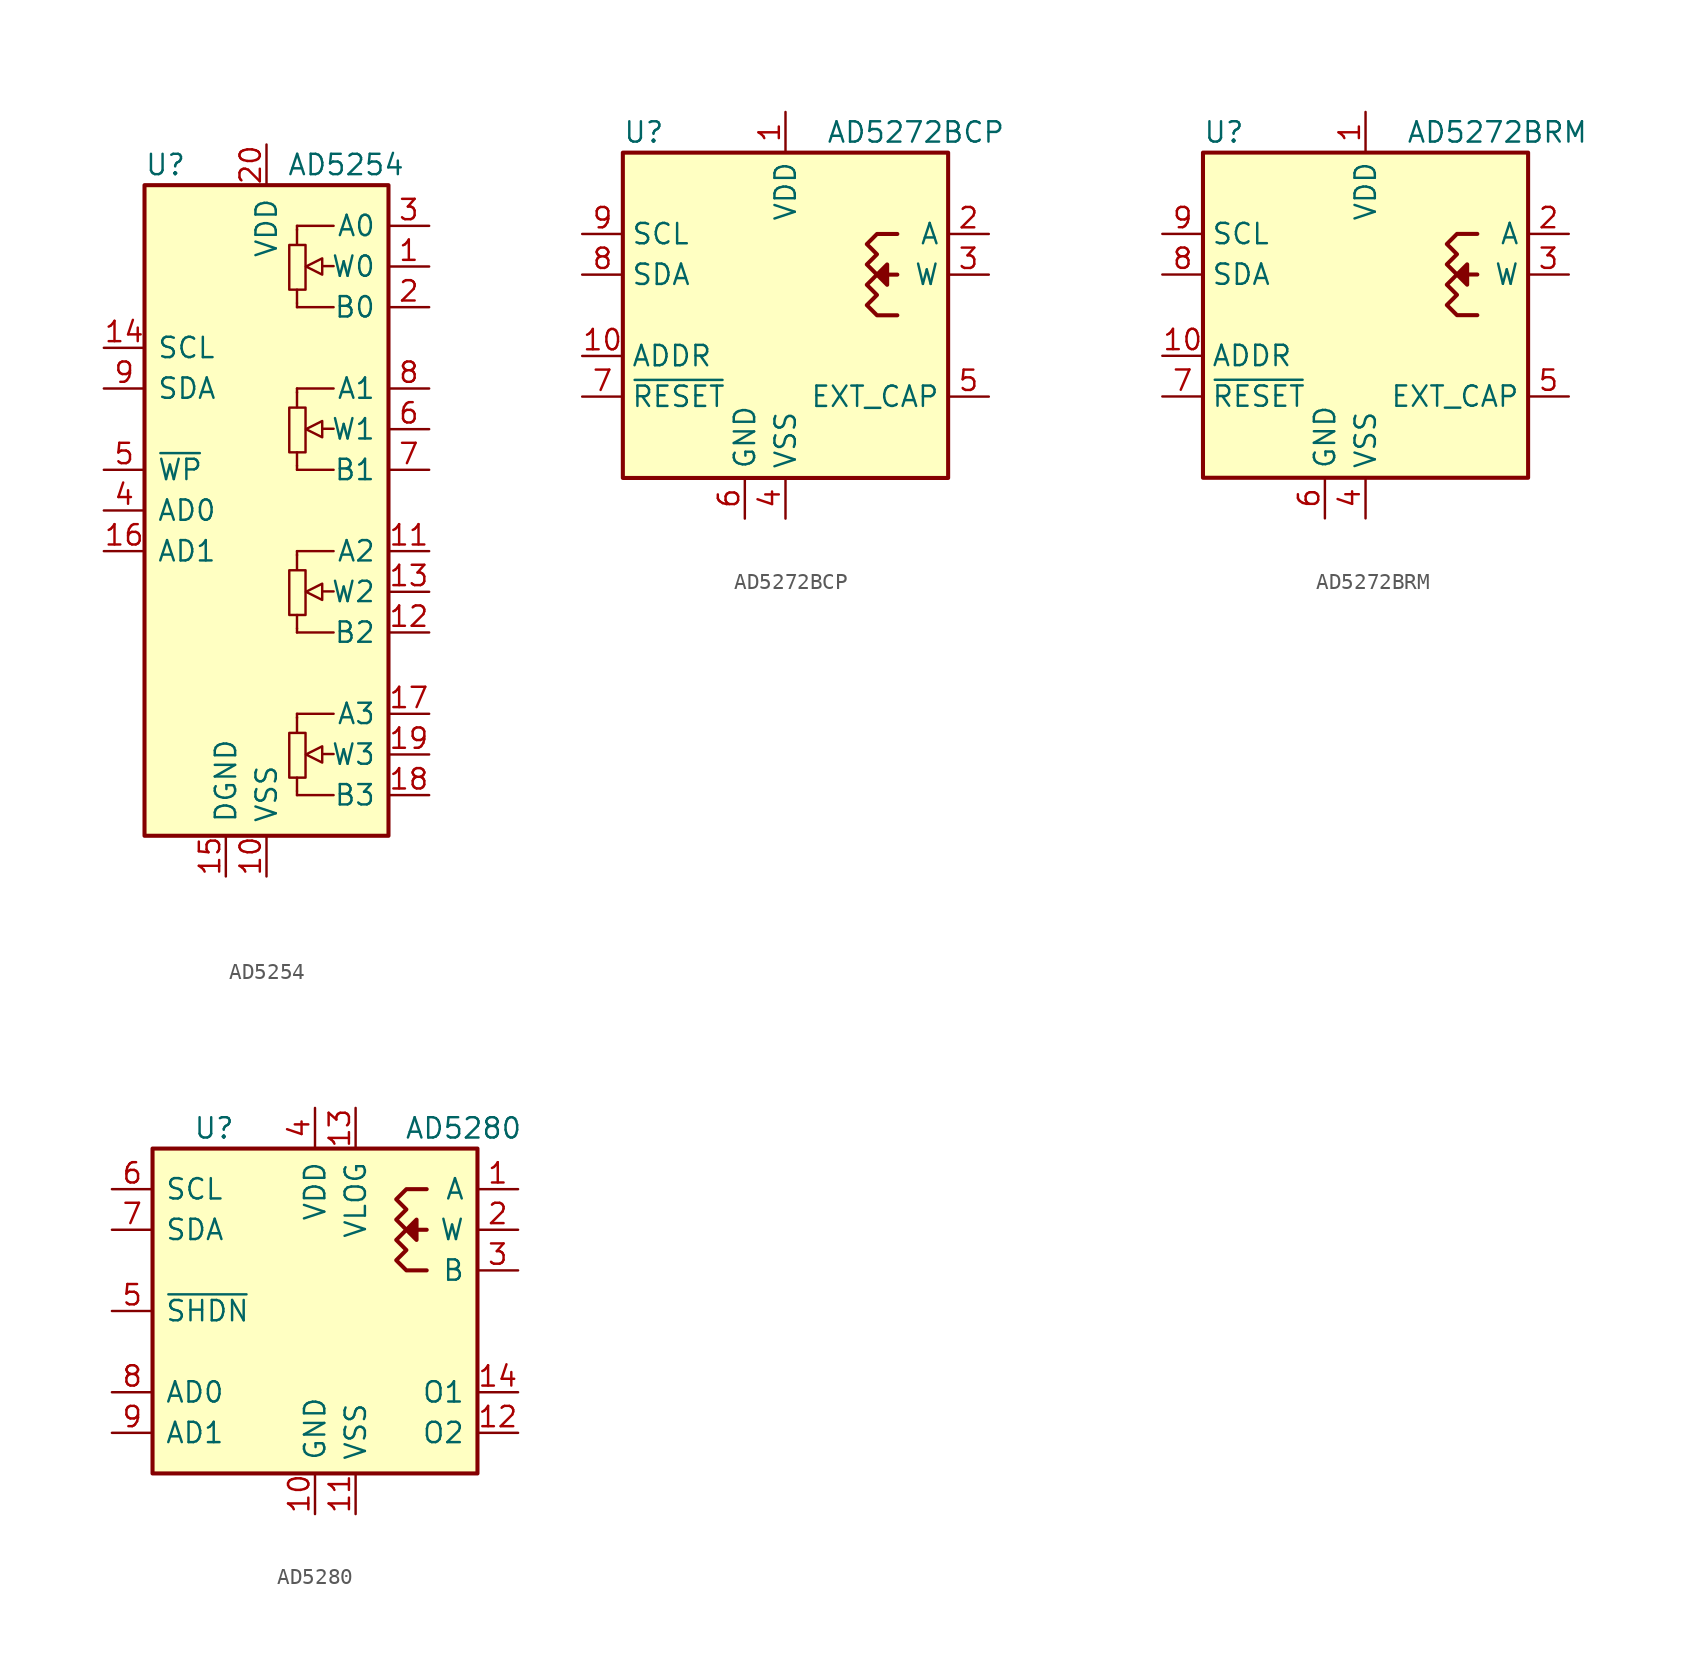
<source format=kicad_sym>
(kicad_symbol_lib
  (version 20241209)
  (generator "kicad_symbol_editor")
  (generator_version "9.0")
  (symbol "AD5254"
    (pin_names
      (offset 0.762))
    (property "Reference" "U"
      (at -7.62 21.59 0)
      (effects (font (size 1.27 1.27)) (justify left)))
    (property "Value" "AD5254"
      (at 1.27 21.59 0)
      (effects (font (size 1.27 1.27)) (justify left)))
    (symbol "AD5254_0_1"
      (rectangle (start -7.62 20.32) (end 7.62 -20.32) (stroke (width 0.254) (type default)) (fill (type background))))
    (symbol "AD5254_1_1"
      (rectangle (start 1.422 16.586) (end 2.438 13.792) (stroke (width 0) (type default)) (fill (type none)))
      (rectangle (start 1.422 6.426) (end 2.438 3.632) (stroke (width 0) (type default)) (fill (type none)))
      (rectangle (start 1.422 -3.734) (end 2.438 -6.528) (stroke (width 0) (type default)) (fill (type none)))
      (rectangle (start 1.422 -13.894) (end 2.438 -16.688) (stroke (width 0) (type default)) (fill (type none)))
      (polyline (pts (xy 1.905 17.78) (xy 1.905 17.526) (xy 1.905 17.526)) (stroke (width 0) (type default)) (fill (type none)))
      (polyline (pts (xy 1.905 17.78) (xy 4.191 17.78) (xy 4.191 17.78)) (stroke (width 0) (type default)) (fill (type background)))
      (polyline (pts (xy 1.905 17.551) (xy 1.905 16.612)) (stroke (width 0) (type default)) (fill (type none)))
      (polyline (pts (xy 1.905 12.954) (xy 1.905 13.792)) (stroke (width 0) (type default)) (fill (type none)))
      (polyline (pts (xy 1.905 12.7) (xy 1.905 12.954) (xy 1.905 12.954)) (stroke (width 0) (type default)) (fill (type background)))
      (polyline (pts (xy 1.905 12.7) (xy 4.191 12.7) (xy 4.191 12.7)) (stroke (width 0) (type default)) (fill (type background)))
      (polyline (pts (xy 1.905 7.62) (xy 1.905 7.366) (xy 1.905 7.366)) (stroke (width 0) (type default)) (fill (type none)))
      (polyline (pts (xy 1.905 7.62) (xy 4.191 7.62) (xy 4.191 7.62)) (stroke (width 0) (type default)) (fill (type background)))
      (polyline (pts (xy 1.905 7.391) (xy 1.905 6.452)) (stroke (width 0) (type default)) (fill (type none)))
      (polyline (pts (xy 1.905 2.794) (xy 1.905 3.632)) (stroke (width 0) (type default)) (fill (type none)))
      (polyline (pts (xy 1.905 2.54) (xy 1.905 2.794) (xy 1.905 2.794)) (stroke (width 0) (type default)) (fill (type background)))
      (polyline (pts (xy 1.905 2.54) (xy 4.191 2.54) (xy 4.191 2.54)) (stroke (width 0) (type default)) (fill (type background)))
      (polyline (pts (xy 1.905 -2.54) (xy 1.905 -2.794) (xy 1.905 -2.794)) (stroke (width 0) (type default)) (fill (type none)))
      (polyline (pts (xy 1.905 -2.54) (xy 4.191 -2.54) (xy 4.191 -2.54)) (stroke (width 0) (type default)) (fill (type background)))
      (polyline (pts (xy 1.905 -2.769) (xy 1.905 -3.708)) (stroke (width 0) (type default)) (fill (type none)))
      (polyline (pts (xy 1.905 -7.366) (xy 1.905 -6.528)) (stroke (width 0) (type default)) (fill (type none)))
      (polyline (pts (xy 1.905 -7.62) (xy 1.905 -7.366) (xy 1.905 -7.366)) (stroke (width 0) (type default)) (fill (type background)))
      (polyline (pts (xy 1.905 -7.62) (xy 4.191 -7.62) (xy 4.191 -7.62)) (stroke (width 0) (type default)) (fill (type background)))
      (polyline (pts (xy 1.905 -12.7) (xy 1.905 -12.954) (xy 1.905 -12.954)) (stroke (width 0) (type default)) (fill (type none)))
      (polyline (pts (xy 1.905 -12.7) (xy 4.191 -12.7) (xy 4.191 -12.7)) (stroke (width 0) (type default)) (fill (type background)))
      (polyline (pts (xy 1.905 -12.929) (xy 1.905 -13.868)) (stroke (width 0) (type default)) (fill (type none)))
      (polyline (pts (xy 1.905 -17.526) (xy 1.905 -16.688)) (stroke (width 0) (type default)) (fill (type none)))
      (polyline (pts (xy 1.905 -17.78) (xy 1.905 -17.526) (xy 1.905 -17.526)) (stroke (width 0) (type default)) (fill (type background)))
      (polyline (pts (xy 1.905 -17.78) (xy 4.191 -17.78) (xy 4.191 -17.78)) (stroke (width 0) (type default)) (fill (type background)))
      (polyline (pts (xy 3.48 15.748) (xy 3.48 14.732) (xy 2.464 15.24) (xy 3.48 15.748) (xy 3.48 15.748)) (stroke (width 0) (type default)) (fill (type background)))
      (polyline (pts (xy 3.48 15.265) (xy 4.191 15.265)) (stroke (width 0) (type default)) (fill (type none)))
      (polyline (pts (xy 3.48 5.588) (xy 3.48 4.572) (xy 2.464 5.08) (xy 3.48 5.588) (xy 3.48 5.588)) (stroke (width 0) (type default)) (fill (type background)))
      (polyline (pts (xy 3.48 5.105) (xy 4.191 5.105)) (stroke (width 0) (type default)) (fill (type none)))
      (polyline (pts (xy 3.48 -4.572) (xy 3.48 -5.588) (xy 2.464 -5.08) (xy 3.48 -4.572) (xy 3.48 -4.572)) (stroke (width 0) (type default)) (fill (type background)))
      (polyline (pts (xy 3.48 -5.055) (xy 4.191 -5.055)) (stroke (width 0) (type default)) (fill (type none)))
      (polyline (pts (xy 3.48 -14.732) (xy 3.48 -15.748) (xy 2.464 -15.24) (xy 3.48 -14.732) (xy 3.48 -14.732)) (stroke (width 0) (type default)) (fill (type background)))
      (polyline (pts (xy 3.48 -15.215) (xy 4.191 -15.215)) (stroke (width 0) (type default)) (fill (type none)))
      (pin input line (at -10.16 10.16 0) (length 2.54) (name "SCL" (effects (font (size 1.27 1.27)))) (number "14" (effects (font (size 1.27 1.27)))))
      (pin bidirectional line (at -10.16 7.62 0) (length 2.54) (name "SDA" (effects (font (size 1.27 1.27)))) (number "9" (effects (font (size 1.27 1.27)))))
      (pin input line (at -10.16 2.54 0) (length 2.54) (name "~{WP}" (effects (font (size 1.27 1.27)))) (number "5" (effects (font (size 1.27 1.27)))))
      (pin input line (at -10.16 0 0) (length 2.54) (name "AD0" (effects (font (size 1.27 1.27)))) (number "4" (effects (font (size 1.27 1.27)))))
      (pin input line (at -10.16 -2.54 0) (length 2.54) (name "AD1" (effects (font (size 1.27 1.27)))) (number "16" (effects (font (size 1.27 1.27)))))
      (pin power_in line (at -2.54 -22.86 90) (length 2.54) (name "DGND" (effects (font (size 1.27 1.27)))) (number "15" (effects (font (size 1.27 1.27)))))
      (pin power_in line (at 0 22.86 270) (length 2.54) (name "VDD" (effects (font (size 1.27 1.27)))) (number "20" (effects (font (size 1.27 1.27)))))
      (pin power_in line (at 0 -22.86 90) (length 2.54) (name "VSS" (effects (font (size 1.27 1.27)))) (number "10" (effects (font (size 1.27 1.27)))))
      (pin passive line (at 10.16 17.78 180) (length 2.54) (name "A0" (effects (font (size 1.27 1.27)))) (number "3" (effects (font (size 1.27 1.27)))))
      (pin passive line (at 10.16 15.24 180) (length 2.54) (name "W0" (effects (font (size 1.27 1.27)))) (number "1" (effects (font (size 1.27 1.27)))))
      (pin passive line (at 10.16 12.7 180) (length 2.54) (name "B0" (effects (font (size 1.27 1.27)))) (number "2" (effects (font (size 1.27 1.27)))))
      (pin passive line (at 10.16 7.62 180) (length 2.54) (name "A1" (effects (font (size 1.27 1.27)))) (number "8" (effects (font (size 1.27 1.27)))))
      (pin passive line (at 10.16 5.08 180) (length 2.54) (name "W1" (effects (font (size 1.27 1.27)))) (number "6" (effects (font (size 1.27 1.27)))))
      (pin passive line (at 10.16 2.54 180) (length 2.54) (name "B1" (effects (font (size 1.27 1.27)))) (number "7" (effects (font (size 1.27 1.27)))))
      (pin passive line (at 10.16 -2.54 180) (length 2.54) (name "A2" (effects (font (size 1.27 1.27)))) (number "11" (effects (font (size 1.27 1.27)))))
      (pin passive line (at 10.16 -5.08 180) (length 2.54) (name "W2" (effects (font (size 1.27 1.27)))) (number "13" (effects (font (size 1.27 1.27)))))
      (pin passive line (at 10.16 -7.62 180) (length 2.54) (name "B2" (effects (font (size 1.27 1.27)))) (number "12" (effects (font (size 1.27 1.27)))))
      (pin passive line (at 10.16 -12.7 180) (length 2.54) (name "A3" (effects (font (size 1.27 1.27)))) (number "17" (effects (font (size 1.27 1.27)))))
      (pin passive line (at 10.16 -15.24 180) (length 2.54) (name "W3" (effects (font (size 1.27 1.27)))) (number "19" (effects (font (size 1.27 1.27)))))
      (pin passive line (at 10.16 -17.78 180) (length 2.54) (name "B3" (effects (font (size 1.27 1.27)))) (number "18" (effects (font (size 1.27 1.27)))))))
  (symbol "AD5272BCP"
    (property "Reference" "U"
      (at -10.16 11.43 0)
      (effects (font (size 1.27 1.27)) (justify left)))
    (property "Value" "AD5272BCP"
      (at 2.54 11.43 0)
      (effects (font (size 1.27 1.27)) (justify left)))
    (symbol "AD5272BCP_0_1"
      (rectangle (start -10.16 10.16) (end 10.16 -10.16) (stroke (width 0.254) (type default)) (fill (type background)))
      (polyline (pts (xy 6.985 5.08) (xy 5.715 5.08) (xy 5.08 4.445) (xy 5.715 3.81) (xy 5.08 3.175) (xy 5.715 2.54) (xy 5.08 1.905) (xy 5.715 1.27) (xy 5.08 0.635) (xy 5.715 0) (xy 6.985 0)) (stroke (width 0.254) (type default)) (fill (type none)))
      (polyline (pts (xy 6.985 2.54) (xy 6.35 2.54) (xy 5.715 2.54) (xy 6.35 3.175) (xy 6.35 1.905) (xy 5.715 2.54)) (stroke (width 0.254) (type default)) (fill (type outline))))
    (symbol "AD5272BCP_1_1"
      (pin input line (at -12.7 5.08 0) (length 2.54) (name "SCL" (effects (font (size 1.27 1.27)))) (number "9" (effects (font (size 1.27 1.27)))))
      (pin bidirectional line (at -12.7 2.54 0) (length 2.54) (name "SDA" (effects (font (size 1.27 1.27)))) (number "8" (effects (font (size 1.27 1.27)))))
      (pin passive line (at -12.7 -2.54 0) (length 2.54) (name "ADDR" (effects (font (size 1.27 1.27)))) (number "10" (effects (font (size 1.27 1.27)))))
      (pin input line (at -12.7 -5.08 0) (length 2.54) (name "~{RESET}" (effects (font (size 1.27 1.27)))) (number "7" (effects (font (size 1.27 1.27)))))
      (pin power_in line (at -2.54 -12.7 90) (length 2.54) (name "GND" (effects (font (size 1.27 1.27)))) (number "6" (effects (font (size 1.27 1.27)))))
      (pin power_in line (at 0 12.7 270) (length 2.54) (name "VDD" (effects (font (size 1.27 1.27)))) (number "1" (effects (font (size 1.27 1.27)))))
      (pin passive line (at 0 -12.7 90) (length 2.54) (hide yes) (name "VSS" (effects (font (size 1.27 1.27)))) (number "11" (effects (font (size 1.27 1.27)))))
      (pin power_in line (at 0 -12.7 90) (length 2.54) (name "VSS" (effects (font (size 1.27 1.27)))) (number "4" (effects (font (size 1.27 1.27)))))
      (pin passive line (at 12.7 5.08 180) (length 2.54) (name "A" (effects (font (size 1.27 1.27)))) (number "2" (effects (font (size 1.27 1.27)))))
      (pin passive line (at 12.7 2.54 180) (length 2.54) (name "W" (effects (font (size 1.27 1.27)))) (number "3" (effects (font (size 1.27 1.27)))))
      (pin passive line (at 12.7 -5.08 180) (length 2.54) (name "EXT_CAP" (effects (font (size 1.27 1.27)))) (number "5" (effects (font (size 1.27 1.27)))))))
  (symbol "AD5272BRM"
    (property "Reference" "U"
      (at -10.16 11.43 0)
      (effects (font (size 1.27 1.27)) (justify left)))
    (property "Value" "AD5272BRM"
      (at 2.54 11.43 0)
      (effects (font (size 1.27 1.27)) (justify left)))
    (symbol "AD5272BRM_0_1"
      (rectangle (start -10.16 10.16) (end 10.16 -10.16) (stroke (width 0.254) (type default)) (fill (type background)))
      (polyline (pts (xy 6.985 5.08) (xy 5.715 5.08) (xy 5.08 4.445) (xy 5.715 3.81) (xy 5.08 3.175) (xy 5.715 2.54) (xy 5.08 1.905) (xy 5.715 1.27) (xy 5.08 0.635) (xy 5.715 0) (xy 6.985 0)) (stroke (width 0.254) (type default)) (fill (type none)))
      (polyline (pts (xy 6.985 2.54) (xy 6.35 2.54) (xy 5.715 2.54) (xy 6.35 3.175) (xy 6.35 1.905) (xy 5.715 2.54)) (stroke (width 0.254) (type default)) (fill (type outline))))
    (symbol "AD5272BRM_1_1"
      (pin input line (at -12.7 5.08 0) (length 2.54) (name "SCL" (effects (font (size 1.27 1.27)))) (number "9" (effects (font (size 1.27 1.27)))))
      (pin bidirectional line (at -12.7 2.54 0) (length 2.54) (name "SDA" (effects (font (size 1.27 1.27)))) (number "8" (effects (font (size 1.27 1.27)))))
      (pin passive line (at -12.7 -2.54 0) (length 2.54) (name "ADDR" (effects (font (size 1.27 1.27)))) (number "10" (effects (font (size 1.27 1.27)))))
      (pin input line (at -12.7 -5.08 0) (length 2.54) (name "~{RESET}" (effects (font (size 1.27 1.27)))) (number "7" (effects (font (size 1.27 1.27)))))
      (pin power_in line (at -2.54 -12.7 90) (length 2.54) (name "GND" (effects (font (size 1.27 1.27)))) (number "6" (effects (font (size 1.27 1.27)))))
      (pin power_in line (at 0 12.7 270) (length 2.54) (name "VDD" (effects (font (size 1.27 1.27)))) (number "1" (effects (font (size 1.27 1.27)))))
      (pin power_in line (at 0 -12.7 90) (length 2.54) (name "VSS" (effects (font (size 1.27 1.27)))) (number "4" (effects (font (size 1.27 1.27)))))
      (pin passive line (at 12.7 5.08 180) (length 2.54) (name "A" (effects (font (size 1.27 1.27)))) (number "2" (effects (font (size 1.27 1.27)))))
      (pin passive line (at 12.7 2.54 180) (length 2.54) (name "W" (effects (font (size 1.27 1.27)))) (number "3" (effects (font (size 1.27 1.27)))))
      (pin passive line (at 12.7 -5.08 180) (length 2.54) (name "EXT_CAP" (effects (font (size 1.27 1.27)))) (number "5" (effects (font (size 1.27 1.27)))))))
  (symbol "AD5280"
    (pin_names
      (offset 0.762))
    (property "Reference" "U"
      (at -7.62 11.43 0)
      (effects (font (size 1.27 1.27)) (justify left)))
    (property "Value" "AD5280"
      (at 5.588 11.43 0)
      (effects (font (size 1.27 1.27)) (justify left)))
    (symbol "AD5280_0_1"
      (rectangle (start -10.16 10.16) (end 10.16 -10.16) (stroke (width 0.254) (type default)) (fill (type background)))
      (polyline (pts (xy 6.985 7.62) (xy 5.715 7.62) (xy 5.08 6.985) (xy 5.715 6.35) (xy 5.08 5.715) (xy 5.715 5.08) (xy 5.08 4.445) (xy 5.715 3.81) (xy 5.08 3.175) (xy 5.715 2.54) (xy 6.985 2.54)) (stroke (width 0.254) (type default)) (fill (type none)))
      (polyline (pts (xy 6.985 5.08) (xy 6.35 5.08) (xy 5.715 5.08) (xy 6.35 5.715) (xy 6.35 4.445) (xy 5.715 5.08)) (stroke (width 0.254) (type default)) (fill (type outline))))
    (symbol "AD5280_1_1"
      (pin input line (at -12.7 7.62 0) (length 2.54) (name "SCL" (effects (font (size 1.27 1.27)))) (number "6" (effects (font (size 1.27 1.27)))))
      (pin bidirectional line (at -12.7 5.08 0) (length 2.54) (name "SDA" (effects (font (size 1.27 1.27)))) (number "7" (effects (font (size 1.27 1.27)))))
      (pin input line (at -12.7 0 0) (length 2.54) (name "~{SHDN}" (effects (font (size 1.27 1.27)))) (number "5" (effects (font (size 1.27 1.27)))))
      (pin input line (at -12.7 -5.08 0) (length 2.54) (name "AD0" (effects (font (size 1.27 1.27)))) (number "8" (effects (font (size 1.27 1.27)))))
      (pin input line (at -12.7 -7.62 0) (length 2.54) (name "AD1" (effects (font (size 1.27 1.27)))) (number "9" (effects (font (size 1.27 1.27)))))
      (pin power_in line (at 0 12.7 270) (length 2.54) (name "VDD" (effects (font (size 1.27 1.27)))) (number "4" (effects (font (size 1.27 1.27)))))
      (pin power_in line (at 0 -12.7 90) (length 2.54) (name "GND" (effects (font (size 1.27 1.27)))) (number "10" (effects (font (size 1.27 1.27)))))
      (pin power_in line (at 2.54 12.7 270) (length 2.54) (name "VLOG" (effects (font (size 1.27 1.27)))) (number "13" (effects (font (size 1.27 1.27)))))
      (pin power_in line (at 2.54 -12.7 90) (length 2.54) (name "VSS" (effects (font (size 1.27 1.27)))) (number "11" (effects (font (size 1.27 1.27)))))
      (pin passive line (at 12.7 7.62 180) (length 2.54) (name "A" (effects (font (size 1.27 1.27)))) (number "1" (effects (font (size 1.27 1.27)))))
      (pin passive line (at 12.7 5.08 180) (length 2.54) (name "W" (effects (font (size 1.27 1.27)))) (number "2" (effects (font (size 1.27 1.27)))))
      (pin passive line (at 12.7 2.54 180) (length 2.54) (name "B" (effects (font (size 1.27 1.27)))) (number "3" (effects (font (size 1.27 1.27)))))
      (pin output line (at 12.7 -5.08 180) (length 2.54) (name "O1" (effects (font (size 1.27 1.27)))) (number "14" (effects (font (size 1.27 1.27)))))
      (pin output line (at 12.7 -7.62 180) (length 2.54) (name "O2" (effects (font (size 1.27 1.27)))) (number "12" (effects (font (size 1.27 1.27))))))))
</source>
